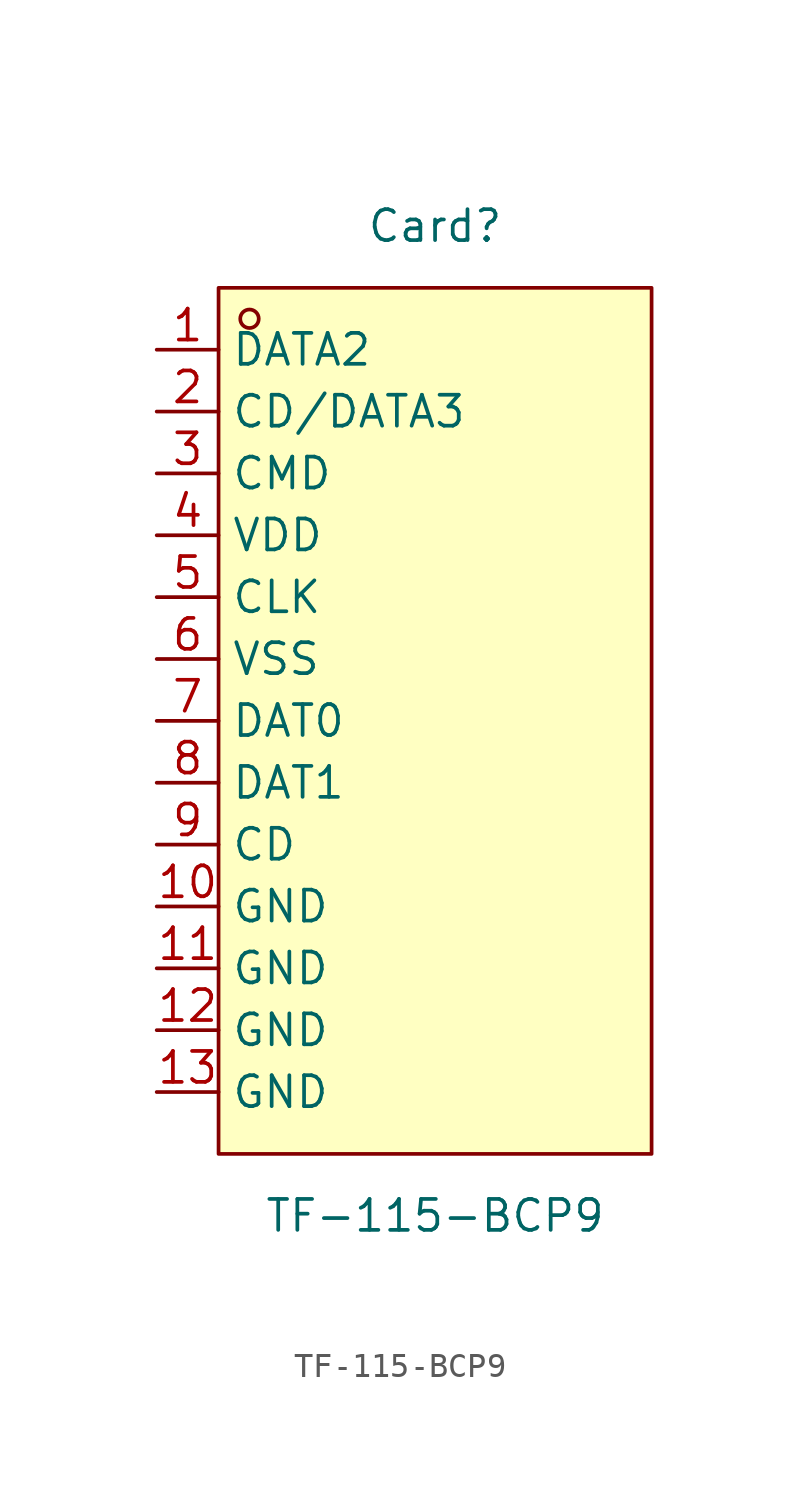
<source format=kicad_sym>
(kicad_symbol_lib
  (version 20211014)
  (generator https://github.com/uPesy/easyeda2kicad.py)
  (symbol "TF-115-BCP9"
    (property "Reference" "Card"
      (at 0 20.32 0)
      (effects (font (size 1.27 1.27))))
    (property "Value" "TF-115-BCP9"
      (at 0 -20.32 0)
      (effects (font (size 1.27 1.27))))
    (symbol "TF-115-BCP9_0_1"
      (rectangle (start -8.89 17.78) (end 8.89 -17.78) (stroke (width 0) (type default) (color 0 0 0 0)) (fill (type background)))
      (circle (center -7.62 16.51) (radius 0.38) (stroke (width 0) (type default) (color 0 0 0 0)) (fill (type none)))
      (pin unspecified line (at -11.43 15.24 0) (length 2.54) (name "DATA2" (effects (font (size 1.27 1.27)))) (number "1" (effects (font (size 1.27 1.27)))))
      (pin unspecified line (at -11.43 12.70 0) (length 2.54) (name "CD/DATA3" (effects (font (size 1.27 1.27)))) (number "2" (effects (font (size 1.27 1.27)))))
      (pin unspecified line (at -11.43 10.16 0) (length 2.54) (name "CMD" (effects (font (size 1.27 1.27)))) (number "3" (effects (font (size 1.27 1.27)))))
      (pin unspecified line (at -11.43 7.62 0) (length 2.54) (name "VDD" (effects (font (size 1.27 1.27)))) (number "4" (effects (font (size 1.27 1.27)))))
      (pin unspecified line (at -11.43 5.08 0) (length 2.54) (name "CLK" (effects (font (size 1.27 1.27)))) (number "5" (effects (font (size 1.27 1.27)))))
      (pin unspecified line (at -11.43 2.54 0) (length 2.54) (name "VSS" (effects (font (size 1.27 1.27)))) (number "6" (effects (font (size 1.27 1.27)))))
      (pin unspecified line (at -11.43 -0.00 0) (length 2.54) (name "DAT0" (effects (font (size 1.27 1.27)))) (number "7" (effects (font (size 1.27 1.27)))))
      (pin unspecified line (at -11.43 -2.54 0) (length 2.54) (name "DAT1" (effects (font (size 1.27 1.27)))) (number "8" (effects (font (size 1.27 1.27)))))
      (pin unspecified line (at -11.43 -5.08 0) (length 2.54) (name "CD" (effects (font (size 1.27 1.27)))) (number "9" (effects (font (size 1.27 1.27)))))
      (pin unspecified line (at -11.43 -7.62 0) (length 2.54) (name "GND" (effects (font (size 1.27 1.27)))) (number "10" (effects (font (size 1.27 1.27)))))
      (pin unspecified line (at -11.43 -10.16 0) (length 2.54) (name "GND" (effects (font (size 1.27 1.27)))) (number "11" (effects (font (size 1.27 1.27)))))
      (pin unspecified line (at -11.43 -12.70 0) (length 2.54) (name "GND" (effects (font (size 1.27 1.27)))) (number "12" (effects (font (size 1.27 1.27)))))
      (pin unspecified line (at -11.43 -15.24 0) (length 2.54) (name "GND" (effects (font (size 1.27 1.27)))) (number "13" (effects (font (size 1.27 1.27))))))))
</source>
